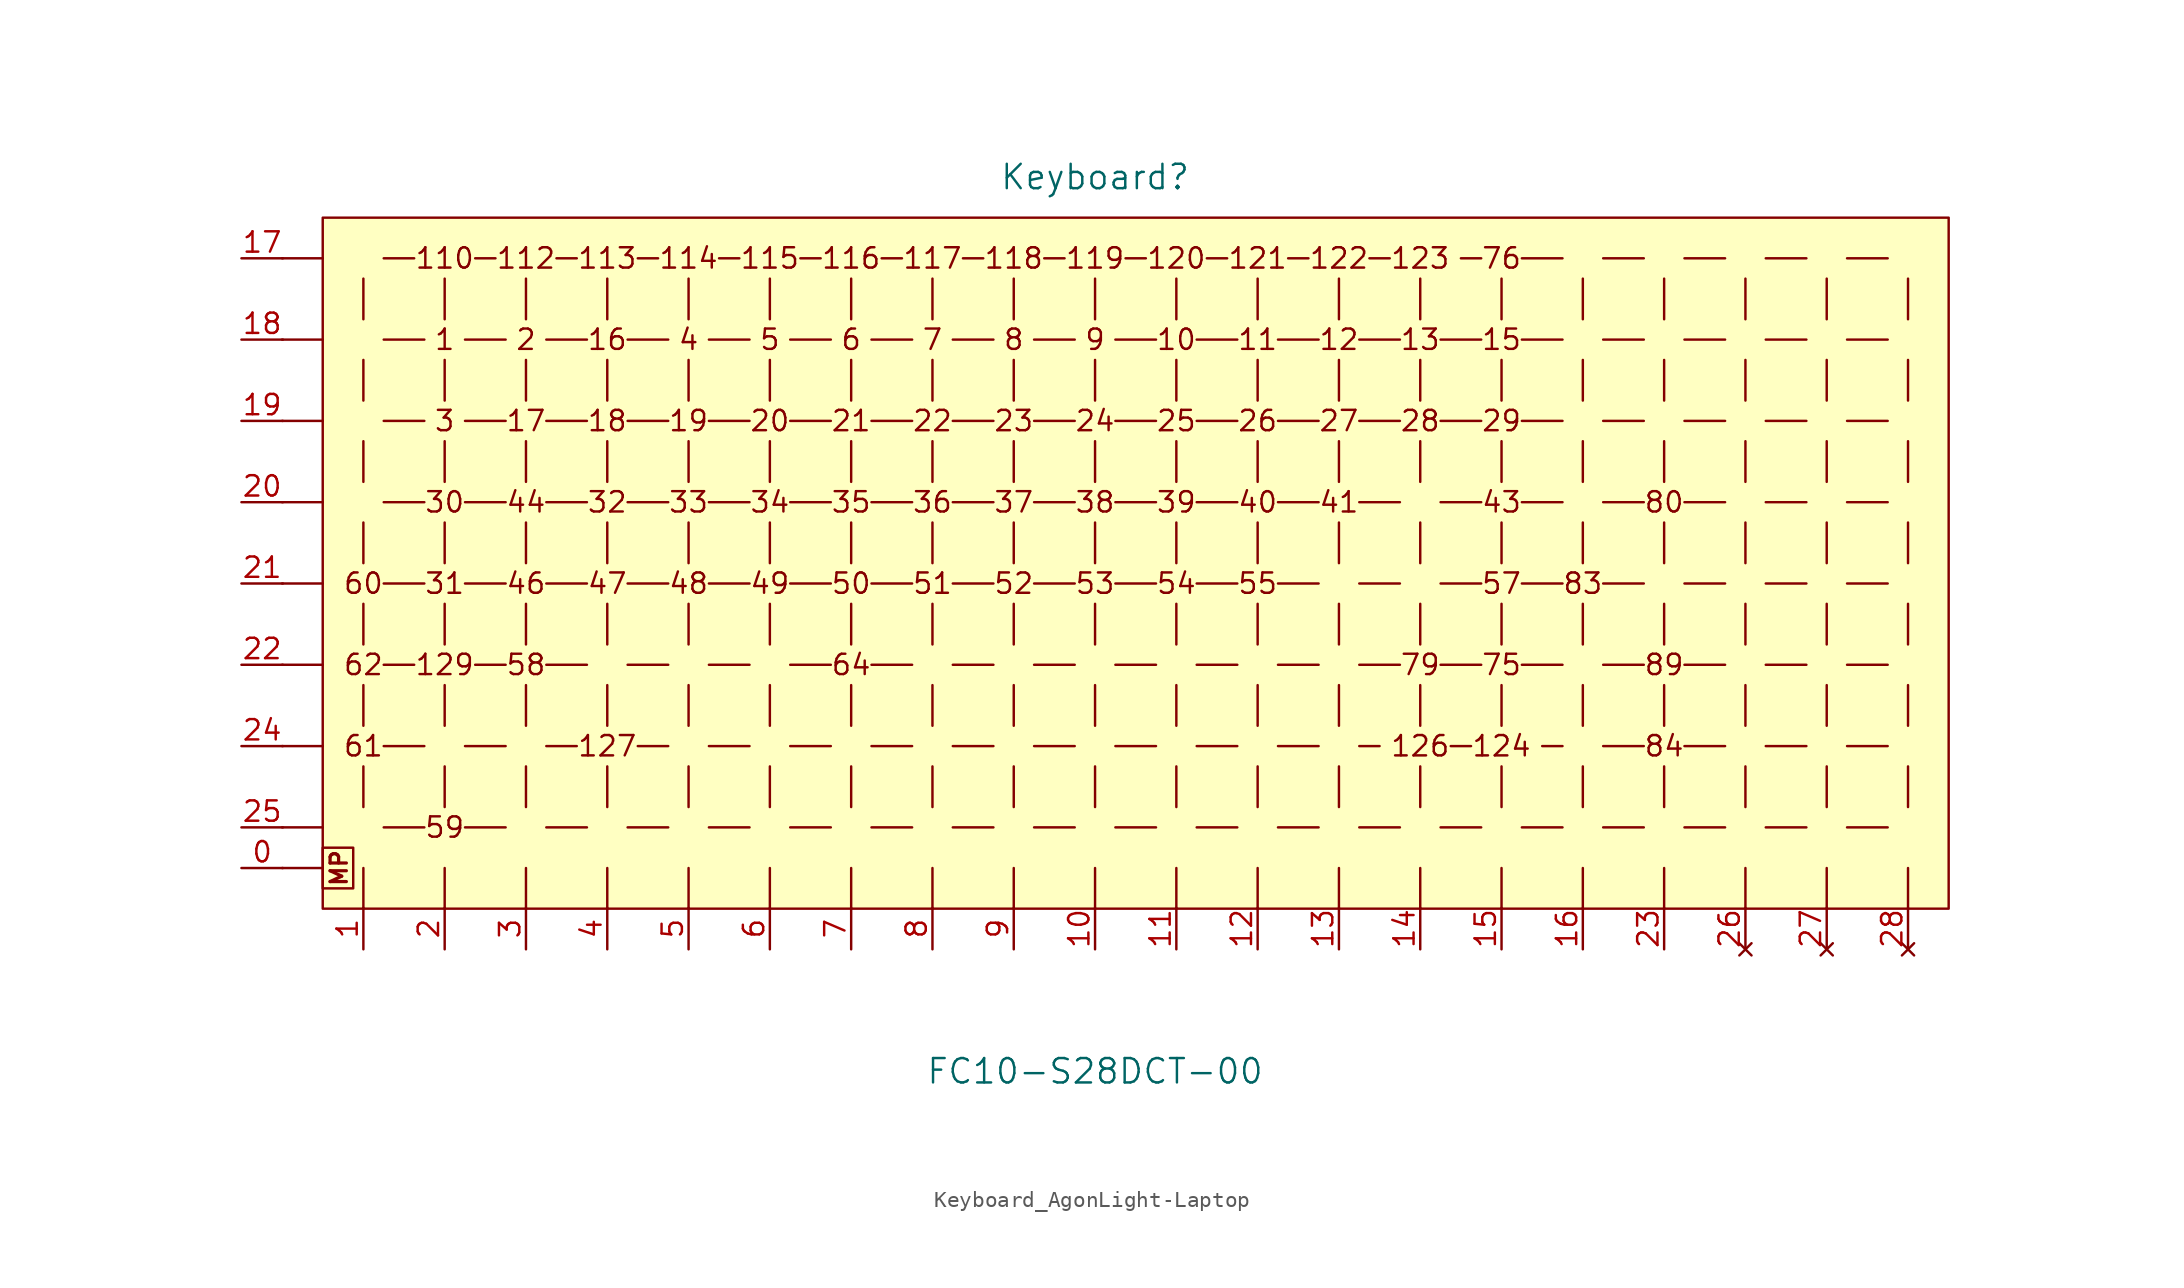
<source format=kicad_sym>
(kicad_symbol_lib
  (version 20220914)
  (generator kicad_symbol_editor)
  (symbol "Keyboard_AgonLight-Laptop"
    (pin_names
      (offset 1.016))
    (property "Reference" "Keyboard"
      (at 0 20.32 0)
      (effects (font (size 1.524 1.524))))
    (property "Value" "FC10-S28DCT-00"
      (at 0 -35.56 0)
      (effects (font (size 1.524 1.524))))
    (symbol "Keyboard_AgonLight-Laptop_1_1"
      (rectangle (start -48.26 -21.59) (end -46.355 -24.13) (stroke (width 0) (type default)) (fill (type none)))
      (rectangle (start -48.26 17.78) (end 53.34 -25.4) (stroke (width 0) (type default)) (fill (type background)))
      (polyline (pts (xy -50.8 -22.86) (xy -48.26 -22.86)) (stroke (width 0) (type default)) (fill (type none)))
      (polyline (pts (xy -50.8 -20.32) (xy -48.26 -20.32)) (stroke (width 0) (type default)) (fill (type none)))
      (polyline (pts (xy -50.8 -15.24) (xy -48.26 -15.24)) (stroke (width 0) (type default)) (fill (type none)))
      (polyline (pts (xy -50.8 -10.16) (xy -48.26 -10.16)) (stroke (width 0) (type default)) (fill (type none)))
      (polyline (pts (xy -50.8 -5.08) (xy -48.26 -5.08)) (stroke (width 0) (type default)) (fill (type none)))
      (polyline (pts (xy -50.8 0) (xy -48.26 0)) (stroke (width 0) (type default)) (fill (type none)))
      (polyline (pts (xy -50.8 5.08) (xy -48.26 5.08)) (stroke (width 0) (type default)) (fill (type none)))
      (polyline (pts (xy -50.8 10.16) (xy -48.26 10.16)) (stroke (width 0) (type default)) (fill (type none)))
      (polyline (pts (xy -50.8 15.24) (xy -48.26 15.24)) (stroke (width 0) (type default)) (fill (type none)))
      (polyline (pts (xy -45.72 -25.4) (xy -45.72 -22.86)) (stroke (width 0) (type default)) (fill (type none)))
      (polyline (pts (xy -45.72 -16.51) (xy -45.72 -19.05)) (stroke (width 0) (type default)) (fill (type none)))
      (polyline (pts (xy -45.72 -11.43) (xy -45.72 -13.97)) (stroke (width 0) (type default)) (fill (type none)))
      (polyline (pts (xy -45.72 -6.35) (xy -45.72 -8.89)) (stroke (width 0) (type default)) (fill (type none)))
      (polyline (pts (xy -45.72 -1.27) (xy -45.72 -3.81)) (stroke (width 0) (type default)) (fill (type none)))
      (polyline (pts (xy -45.72 3.81) (xy -45.72 1.27)) (stroke (width 0) (type default)) (fill (type none)))
      (polyline (pts (xy -45.72 8.89) (xy -45.72 6.35)) (stroke (width 0) (type default)) (fill (type none)))
      (polyline (pts (xy -45.72 13.97) (xy -45.72 11.43)) (stroke (width 0) (type default)) (fill (type none)))
      (polyline (pts (xy -42.545 -10.16) (xy -44.45 -10.16)) (stroke (width 0) (type default)) (fill (type none)))
      (polyline (pts (xy -42.545 15.24) (xy -44.45 15.24)) (stroke (width 0) (type default)) (fill (type none)))
      (polyline (pts (xy -41.91 -20.32) (xy -44.45 -20.32)) (stroke (width 0) (type default)) (fill (type none)))
      (polyline (pts (xy -41.91 -15.24) (xy -44.45 -15.24)) (stroke (width 0) (type default)) (fill (type none)))
      (polyline (pts (xy -41.91 -5.08) (xy -44.45 -5.08)) (stroke (width 0) (type default)) (fill (type none)))
      (polyline (pts (xy -41.91 0) (xy -44.45 0)) (stroke (width 0) (type default)) (fill (type none)))
      (polyline (pts (xy -41.91 5.08) (xy -44.45 5.08)) (stroke (width 0) (type default)) (fill (type none)))
      (polyline (pts (xy -41.91 10.16) (xy -44.45 10.16)) (stroke (width 0) (type default)) (fill (type none)))
      (polyline (pts (xy -40.64 -25.4) (xy -40.64 -22.86)) (stroke (width 0) (type default)) (fill (type none)))
      (polyline (pts (xy -40.64 -16.51) (xy -40.64 -19.05)) (stroke (width 0) (type default)) (fill (type none)))
      (polyline (pts (xy -40.64 -11.43) (xy -40.64 -13.97)) (stroke (width 0) (type default)) (fill (type none)))
      (polyline (pts (xy -40.64 -6.35) (xy -40.64 -8.89)) (stroke (width 0) (type default)) (fill (type none)))
      (polyline (pts (xy -40.64 -1.27) (xy -40.64 -3.81)) (stroke (width 0) (type default)) (fill (type none)))
      (polyline (pts (xy -40.64 3.81) (xy -40.64 1.27)) (stroke (width 0) (type default)) (fill (type none)))
      (polyline (pts (xy -40.64 8.89) (xy -40.64 6.35)) (stroke (width 0) (type default)) (fill (type none)))
      (polyline (pts (xy -40.64 13.97) (xy -40.64 11.43)) (stroke (width 0) (type default)) (fill (type none)))
      (polyline (pts (xy -37.465 15.24) (xy -38.735 15.24)) (stroke (width 0) (type default)) (fill (type none)))
      (polyline (pts (xy -36.83 -20.32) (xy -39.37 -20.32)) (stroke (width 0) (type default)) (fill (type none)))
      (polyline (pts (xy -36.83 -15.24) (xy -39.37 -15.24)) (stroke (width 0) (type default)) (fill (type none)))
      (polyline (pts (xy -36.83 -10.16) (xy -38.735 -10.16)) (stroke (width 0) (type default)) (fill (type none)))
      (polyline (pts (xy -36.83 -5.08) (xy -39.37 -5.08)) (stroke (width 0) (type default)) (fill (type none)))
      (polyline (pts (xy -36.83 0) (xy -39.37 0)) (stroke (width 0) (type default)) (fill (type none)))
      (polyline (pts (xy -36.83 5.08) (xy -39.37 5.08)) (stroke (width 0) (type default)) (fill (type none)))
      (polyline (pts (xy -36.83 10.16) (xy -39.37 10.16)) (stroke (width 0) (type default)) (fill (type none)))
      (polyline (pts (xy -35.56 -25.4) (xy -35.56 -22.86)) (stroke (width 0) (type default)) (fill (type none)))
      (polyline (pts (xy -35.56 -16.51) (xy -35.56 -19.05)) (stroke (width 0) (type default)) (fill (type none)))
      (polyline (pts (xy -35.56 -11.43) (xy -35.56 -13.97)) (stroke (width 0) (type default)) (fill (type none)))
      (polyline (pts (xy -35.56 -6.35) (xy -35.56 -8.89)) (stroke (width 0) (type default)) (fill (type none)))
      (polyline (pts (xy -35.56 -1.27) (xy -35.56 -3.81)) (stroke (width 0) (type default)) (fill (type none)))
      (polyline (pts (xy -35.56 3.81) (xy -35.56 1.27)) (stroke (width 0) (type default)) (fill (type none)))
      (polyline (pts (xy -35.56 8.89) (xy -35.56 6.35)) (stroke (width 0) (type default)) (fill (type none)))
      (polyline (pts (xy -35.56 13.97) (xy -35.56 11.43)) (stroke (width 0) (type default)) (fill (type none)))
      (polyline (pts (xy -32.385 -15.24) (xy -34.29 -15.24)) (stroke (width 0) (type default)) (fill (type none)))
      (polyline (pts (xy -32.385 15.24) (xy -33.655 15.24)) (stroke (width 0) (type default)) (fill (type none)))
      (polyline (pts (xy -31.75 -20.32) (xy -34.29 -20.32)) (stroke (width 0) (type default)) (fill (type none)))
      (polyline (pts (xy -31.75 -10.16) (xy -34.29 -10.16)) (stroke (width 0) (type default)) (fill (type none)))
      (polyline (pts (xy -31.75 -5.08) (xy -34.29 -5.08)) (stroke (width 0) (type default)) (fill (type none)))
      (polyline (pts (xy -31.75 0) (xy -34.29 0)) (stroke (width 0) (type default)) (fill (type none)))
      (polyline (pts (xy -31.75 5.08) (xy -34.29 5.08)) (stroke (width 0) (type default)) (fill (type none)))
      (polyline (pts (xy -31.75 10.16) (xy -34.29 10.16)) (stroke (width 0) (type default)) (fill (type none)))
      (polyline (pts (xy -30.48 -25.4) (xy -30.48 -22.86)) (stroke (width 0) (type default)) (fill (type none)))
      (polyline (pts (xy -30.48 -16.51) (xy -30.48 -19.05)) (stroke (width 0) (type default)) (fill (type none)))
      (polyline (pts (xy -30.48 -11.43) (xy -30.48 -13.97)) (stroke (width 0) (type default)) (fill (type none)))
      (polyline (pts (xy -30.48 -6.35) (xy -30.48 -8.89)) (stroke (width 0) (type default)) (fill (type none)))
      (polyline (pts (xy -30.48 -1.27) (xy -30.48 -3.81)) (stroke (width 0) (type default)) (fill (type none)))
      (polyline (pts (xy -30.48 3.81) (xy -30.48 1.27)) (stroke (width 0) (type default)) (fill (type none)))
      (polyline (pts (xy -30.48 8.89) (xy -30.48 6.35)) (stroke (width 0) (type default)) (fill (type none)))
      (polyline (pts (xy -30.48 13.97) (xy -30.48 11.43)) (stroke (width 0) (type default)) (fill (type none)))
      (polyline (pts (xy -27.305 15.24) (xy -28.575 15.24)) (stroke (width 0) (type default)) (fill (type none)))
      (polyline (pts (xy -26.67 -20.32) (xy -29.21 -20.32)) (stroke (width 0) (type default)) (fill (type none)))
      (polyline (pts (xy -26.67 -15.24) (xy -28.575 -15.24)) (stroke (width 0) (type default)) (fill (type none)))
      (polyline (pts (xy -26.67 -10.16) (xy -29.21 -10.16)) (stroke (width 0) (type default)) (fill (type none)))
      (polyline (pts (xy -26.67 -5.08) (xy -29.21 -5.08)) (stroke (width 0) (type default)) (fill (type none)))
      (polyline (pts (xy -26.67 0) (xy -29.21 0)) (stroke (width 0) (type default)) (fill (type none)))
      (polyline (pts (xy -26.67 5.08) (xy -29.21 5.08)) (stroke (width 0) (type default)) (fill (type none)))
      (polyline (pts (xy -26.67 10.16) (xy -29.21 10.16)) (stroke (width 0) (type default)) (fill (type none)))
      (polyline (pts (xy -25.4 -25.4) (xy -25.4 -22.86)) (stroke (width 0) (type default)) (fill (type none)))
      (polyline (pts (xy -25.4 -16.51) (xy -25.4 -19.05)) (stroke (width 0) (type default)) (fill (type none)))
      (polyline (pts (xy -25.4 -11.43) (xy -25.4 -13.97)) (stroke (width 0) (type default)) (fill (type none)))
      (polyline (pts (xy -25.4 -6.35) (xy -25.4 -8.89)) (stroke (width 0) (type default)) (fill (type none)))
      (polyline (pts (xy -25.4 -1.27) (xy -25.4 -3.81)) (stroke (width 0) (type default)) (fill (type none)))
      (polyline (pts (xy -25.4 3.81) (xy -25.4 1.27)) (stroke (width 0) (type default)) (fill (type none)))
      (polyline (pts (xy -25.4 8.89) (xy -25.4 6.35)) (stroke (width 0) (type default)) (fill (type none)))
      (polyline (pts (xy -25.4 13.97) (xy -25.4 11.43)) (stroke (width 0) (type default)) (fill (type none)))
      (polyline (pts (xy -22.225 15.24) (xy -23.495 15.24)) (stroke (width 0) (type default)) (fill (type none)))
      (polyline (pts (xy -21.59 -20.32) (xy -24.13 -20.32)) (stroke (width 0) (type default)) (fill (type none)))
      (polyline (pts (xy -21.59 -15.24) (xy -24.13 -15.24)) (stroke (width 0) (type default)) (fill (type none)))
      (polyline (pts (xy -21.59 -10.16) (xy -24.13 -10.16)) (stroke (width 0) (type default)) (fill (type none)))
      (polyline (pts (xy -21.59 -5.08) (xy -24.13 -5.08)) (stroke (width 0) (type default)) (fill (type none)))
      (polyline (pts (xy -21.59 0) (xy -24.13 0)) (stroke (width 0) (type default)) (fill (type none)))
      (polyline (pts (xy -21.59 5.08) (xy -24.13 5.08)) (stroke (width 0) (type default)) (fill (type none)))
      (polyline (pts (xy -21.59 10.16) (xy -24.13 10.16)) (stroke (width 0) (type default)) (fill (type none)))
      (polyline (pts (xy -20.32 -25.4) (xy -20.32 -22.86)) (stroke (width 0) (type default)) (fill (type none)))
      (polyline (pts (xy -20.32 -16.51) (xy -20.32 -19.05)) (stroke (width 0) (type default)) (fill (type none)))
      (polyline (pts (xy -20.32 -11.43) (xy -20.32 -13.97)) (stroke (width 0) (type default)) (fill (type none)))
      (polyline (pts (xy -20.32 -6.35) (xy -20.32 -8.89)) (stroke (width 0) (type default)) (fill (type none)))
      (polyline (pts (xy -20.32 -1.27) (xy -20.32 -3.81)) (stroke (width 0) (type default)) (fill (type none)))
      (polyline (pts (xy -20.32 3.81) (xy -20.32 1.27)) (stroke (width 0) (type default)) (fill (type none)))
      (polyline (pts (xy -20.32 8.89) (xy -20.32 6.35)) (stroke (width 0) (type default)) (fill (type none)))
      (polyline (pts (xy -20.32 13.97) (xy -20.32 11.43)) (stroke (width 0) (type default)) (fill (type none)))
      (polyline (pts (xy -17.145 15.24) (xy -18.415 15.24)) (stroke (width 0) (type default)) (fill (type none)))
      (polyline (pts (xy -16.51 -20.32) (xy -19.05 -20.32)) (stroke (width 0) (type default)) (fill (type none)))
      (polyline (pts (xy -16.51 -15.24) (xy -19.05 -15.24)) (stroke (width 0) (type default)) (fill (type none)))
      (polyline (pts (xy -16.51 -10.16) (xy -19.05 -10.16)) (stroke (width 0) (type default)) (fill (type none)))
      (polyline (pts (xy -16.51 -5.08) (xy -19.05 -5.08)) (stroke (width 0) (type default)) (fill (type none)))
      (polyline (pts (xy -16.51 0) (xy -19.05 0)) (stroke (width 0) (type default)) (fill (type none)))
      (polyline (pts (xy -16.51 5.08) (xy -19.05 5.08)) (stroke (width 0) (type default)) (fill (type none)))
      (polyline (pts (xy -16.51 10.16) (xy -19.05 10.16)) (stroke (width 0) (type default)) (fill (type none)))
      (polyline (pts (xy -15.24 -25.4) (xy -15.24 -22.86)) (stroke (width 0) (type default)) (fill (type none)))
      (polyline (pts (xy -15.24 -16.51) (xy -15.24 -19.05)) (stroke (width 0) (type default)) (fill (type none)))
      (polyline (pts (xy -15.24 -11.43) (xy -15.24 -13.97)) (stroke (width 0) (type default)) (fill (type none)))
      (polyline (pts (xy -15.24 -6.35) (xy -15.24 -8.89)) (stroke (width 0) (type default)) (fill (type none)))
      (polyline (pts (xy -15.24 -1.27) (xy -15.24 -3.81)) (stroke (width 0) (type default)) (fill (type none)))
      (polyline (pts (xy -15.24 3.81) (xy -15.24 1.27)) (stroke (width 0) (type default)) (fill (type none)))
      (polyline (pts (xy -15.24 8.89) (xy -15.24 6.35)) (stroke (width 0) (type default)) (fill (type none)))
      (polyline (pts (xy -15.24 13.97) (xy -15.24 11.43)) (stroke (width 0) (type default)) (fill (type none)))
      (polyline (pts (xy -12.065 15.24) (xy -13.335 15.24)) (stroke (width 0) (type default)) (fill (type none)))
      (polyline (pts (xy -11.43 -20.32) (xy -13.97 -20.32)) (stroke (width 0) (type default)) (fill (type none)))
      (polyline (pts (xy -11.43 -15.24) (xy -13.97 -15.24)) (stroke (width 0) (type default)) (fill (type none)))
      (polyline (pts (xy -11.43 -10.16) (xy -13.97 -10.16)) (stroke (width 0) (type default)) (fill (type none)))
      (polyline (pts (xy -11.43 -5.08) (xy -13.97 -5.08)) (stroke (width 0) (type default)) (fill (type none)))
      (polyline (pts (xy -11.43 0) (xy -13.97 0)) (stroke (width 0) (type default)) (fill (type none)))
      (polyline (pts (xy -11.43 5.08) (xy -13.97 5.08)) (stroke (width 0) (type default)) (fill (type none)))
      (polyline (pts (xy -11.43 10.16) (xy -13.97 10.16)) (stroke (width 0) (type default)) (fill (type none)))
      (polyline (pts (xy -10.16 -25.4) (xy -10.16 -22.86)) (stroke (width 0) (type default)) (fill (type none)))
      (polyline (pts (xy -10.16 -16.51) (xy -10.16 -19.05)) (stroke (width 0) (type default)) (fill (type none)))
      (polyline (pts (xy -10.16 -11.43) (xy -10.16 -13.97)) (stroke (width 0) (type default)) (fill (type none)))
      (polyline (pts (xy -10.16 -6.35) (xy -10.16 -8.89)) (stroke (width 0) (type default)) (fill (type none)))
      (polyline (pts (xy -10.16 -1.27) (xy -10.16 -3.81)) (stroke (width 0) (type default)) (fill (type none)))
      (polyline (pts (xy -10.16 3.81) (xy -10.16 1.27)) (stroke (width 0) (type default)) (fill (type none)))
      (polyline (pts (xy -10.16 8.89) (xy -10.16 6.35)) (stroke (width 0) (type default)) (fill (type none)))
      (polyline (pts (xy -10.16 13.97) (xy -10.16 11.43)) (stroke (width 0) (type default)) (fill (type none)))
      (polyline (pts (xy -6.985 15.24) (xy -8.255 15.24)) (stroke (width 0) (type default)) (fill (type none)))
      (polyline (pts (xy -6.35 -20.32) (xy -8.89 -20.32)) (stroke (width 0) (type default)) (fill (type none)))
      (polyline (pts (xy -6.35 -15.24) (xy -8.89 -15.24)) (stroke (width 0) (type default)) (fill (type none)))
      (polyline (pts (xy -6.35 -10.16) (xy -8.89 -10.16)) (stroke (width 0) (type default)) (fill (type none)))
      (polyline (pts (xy -6.35 -5.08) (xy -8.89 -5.08)) (stroke (width 0) (type default)) (fill (type none)))
      (polyline (pts (xy -6.35 0) (xy -8.89 0)) (stroke (width 0) (type default)) (fill (type none)))
      (polyline (pts (xy -6.35 5.08) (xy -8.89 5.08)) (stroke (width 0) (type default)) (fill (type none)))
      (polyline (pts (xy -6.35 10.16) (xy -8.89 10.16)) (stroke (width 0) (type default)) (fill (type none)))
      (polyline (pts (xy -5.08 -25.4) (xy -5.08 -22.86)) (stroke (width 0) (type default)) (fill (type none)))
      (polyline (pts (xy -5.08 -16.51) (xy -5.08 -19.05)) (stroke (width 0) (type default)) (fill (type none)))
      (polyline (pts (xy -5.08 -11.43) (xy -5.08 -13.97)) (stroke (width 0) (type default)) (fill (type none)))
      (polyline (pts (xy -5.08 -6.35) (xy -5.08 -8.89)) (stroke (width 0) (type default)) (fill (type none)))
      (polyline (pts (xy -5.08 -1.27) (xy -5.08 -3.81)) (stroke (width 0) (type default)) (fill (type none)))
      (polyline (pts (xy -5.08 3.81) (xy -5.08 1.27)) (stroke (width 0) (type default)) (fill (type none)))
      (polyline (pts (xy -5.08 8.89) (xy -5.08 6.35)) (stroke (width 0) (type default)) (fill (type none)))
      (polyline (pts (xy -5.08 13.97) (xy -5.08 11.43)) (stroke (width 0) (type default)) (fill (type none)))
      (polyline (pts (xy -1.905 15.24) (xy -3.175 15.24)) (stroke (width 0) (type default)) (fill (type none)))
      (polyline (pts (xy -1.27 -20.32) (xy -3.81 -20.32)) (stroke (width 0) (type default)) (fill (type none)))
      (polyline (pts (xy -1.27 -15.24) (xy -3.81 -15.24)) (stroke (width 0) (type default)) (fill (type none)))
      (polyline (pts (xy -1.27 -10.16) (xy -3.81 -10.16)) (stroke (width 0) (type default)) (fill (type none)))
      (polyline (pts (xy -1.27 -5.08) (xy -3.81 -5.08)) (stroke (width 0) (type default)) (fill (type none)))
      (polyline (pts (xy -1.27 0) (xy -3.81 0)) (stroke (width 0) (type default)) (fill (type none)))
      (polyline (pts (xy -1.27 5.08) (xy -3.81 5.08)) (stroke (width 0) (type default)) (fill (type none)))
      (polyline (pts (xy -1.27 10.16) (xy -3.81 10.16)) (stroke (width 0) (type default)) (fill (type none)))
      (polyline (pts (xy 0 -25.4) (xy 0 -22.86)) (stroke (width 0) (type default)) (fill (type none)))
      (polyline (pts (xy 0 -16.51) (xy 0 -19.05)) (stroke (width 0) (type default)) (fill (type none)))
      (polyline (pts (xy 0 -11.43) (xy 0 -13.97)) (stroke (width 0) (type default)) (fill (type none)))
      (polyline (pts (xy 0 -6.35) (xy 0 -8.89)) (stroke (width 0) (type default)) (fill (type none)))
      (polyline (pts (xy 0 -1.27) (xy 0 -3.81)) (stroke (width 0) (type default)) (fill (type none)))
      (polyline (pts (xy 0 3.81) (xy 0 1.27)) (stroke (width 0) (type default)) (fill (type none)))
      (polyline (pts (xy 0 8.89) (xy 0 6.35)) (stroke (width 0) (type default)) (fill (type none)))
      (polyline (pts (xy 0 13.97) (xy 0 11.43)) (stroke (width 0) (type default)) (fill (type none)))
      (polyline (pts (xy 3.175 15.24) (xy 1.905 15.24)) (stroke (width 0) (type default)) (fill (type none)))
      (polyline (pts (xy 3.81 -20.32) (xy 1.27 -20.32)) (stroke (width 0) (type default)) (fill (type none)))
      (polyline (pts (xy 3.81 -15.24) (xy 1.27 -15.24)) (stroke (width 0) (type default)) (fill (type none)))
      (polyline (pts (xy 3.81 -10.16) (xy 1.27 -10.16)) (stroke (width 0) (type default)) (fill (type none)))
      (polyline (pts (xy 3.81 -5.08) (xy 1.27 -5.08)) (stroke (width 0) (type default)) (fill (type none)))
      (polyline (pts (xy 3.81 0) (xy 1.27 0)) (stroke (width 0) (type default)) (fill (type none)))
      (polyline (pts (xy 3.81 5.08) (xy 1.27 5.08)) (stroke (width 0) (type default)) (fill (type none)))
      (polyline (pts (xy 3.81 10.16) (xy 1.27 10.16)) (stroke (width 0) (type default)) (fill (type none)))
      (polyline (pts (xy 5.08 -25.4) (xy 5.08 -22.86)) (stroke (width 0) (type default)) (fill (type none)))
      (polyline (pts (xy 5.08 -16.51) (xy 5.08 -19.05)) (stroke (width 0) (type default)) (fill (type none)))
      (polyline (pts (xy 5.08 -11.43) (xy 5.08 -13.97)) (stroke (width 0) (type default)) (fill (type none)))
      (polyline (pts (xy 5.08 -6.35) (xy 5.08 -8.89)) (stroke (width 0) (type default)) (fill (type none)))
      (polyline (pts (xy 5.08 -1.27) (xy 5.08 -3.81)) (stroke (width 0) (type default)) (fill (type none)))
      (polyline (pts (xy 5.08 3.81) (xy 5.08 1.27)) (stroke (width 0) (type default)) (fill (type none)))
      (polyline (pts (xy 5.08 8.89) (xy 5.08 6.35)) (stroke (width 0) (type default)) (fill (type none)))
      (polyline (pts (xy 5.08 13.97) (xy 5.08 11.43)) (stroke (width 0) (type default)) (fill (type none)))
      (polyline (pts (xy 8.255 15.24) (xy 6.985 15.24)) (stroke (width 0) (type default)) (fill (type none)))
      (polyline (pts (xy 8.89 -20.32) (xy 6.35 -20.32)) (stroke (width 0) (type default)) (fill (type none)))
      (polyline (pts (xy 8.89 -15.24) (xy 6.35 -15.24)) (stroke (width 0) (type default)) (fill (type none)))
      (polyline (pts (xy 8.89 -10.16) (xy 6.35 -10.16)) (stroke (width 0) (type default)) (fill (type none)))
      (polyline (pts (xy 8.89 -5.08) (xy 6.35 -5.08)) (stroke (width 0) (type default)) (fill (type none)))
      (polyline (pts (xy 8.89 0) (xy 6.35 0)) (stroke (width 0) (type default)) (fill (type none)))
      (polyline (pts (xy 8.89 5.08) (xy 6.35 5.08)) (stroke (width 0) (type default)) (fill (type none)))
      (polyline (pts (xy 8.89 10.16) (xy 6.35 10.16)) (stroke (width 0) (type default)) (fill (type none)))
      (polyline (pts (xy 10.16 -25.4) (xy 10.16 -22.86)) (stroke (width 0) (type default)) (fill (type none)))
      (polyline (pts (xy 10.16 -16.51) (xy 10.16 -19.05)) (stroke (width 0) (type default)) (fill (type none)))
      (polyline (pts (xy 10.16 -11.43) (xy 10.16 -13.97)) (stroke (width 0) (type default)) (fill (type none)))
      (polyline (pts (xy 10.16 -6.35) (xy 10.16 -8.89)) (stroke (width 0) (type default)) (fill (type none)))
      (polyline (pts (xy 10.16 -1.27) (xy 10.16 -3.81)) (stroke (width 0) (type default)) (fill (type none)))
      (polyline (pts (xy 10.16 3.81) (xy 10.16 1.27)) (stroke (width 0) (type default)) (fill (type none)))
      (polyline (pts (xy 10.16 8.89) (xy 10.16 6.35)) (stroke (width 0) (type default)) (fill (type none)))
      (polyline (pts (xy 10.16 13.97) (xy 10.16 11.43)) (stroke (width 0) (type default)) (fill (type none)))
      (polyline (pts (xy 13.335 15.24) (xy 12.065 15.24)) (stroke (width 0) (type default)) (fill (type none)))
      (polyline (pts (xy 13.97 -20.32) (xy 11.43 -20.32)) (stroke (width 0) (type default)) (fill (type none)))
      (polyline (pts (xy 13.97 -15.24) (xy 11.43 -15.24)) (stroke (width 0) (type default)) (fill (type none)))
      (polyline (pts (xy 13.97 -10.16) (xy 11.43 -10.16)) (stroke (width 0) (type default)) (fill (type none)))
      (polyline (pts (xy 13.97 -5.08) (xy 11.43 -5.08)) (stroke (width 0) (type default)) (fill (type none)))
      (polyline (pts (xy 13.97 0) (xy 11.43 0)) (stroke (width 0) (type default)) (fill (type none)))
      (polyline (pts (xy 13.97 5.08) (xy 11.43 5.08)) (stroke (width 0) (type default)) (fill (type none)))
      (polyline (pts (xy 13.97 10.16) (xy 11.43 10.16)) (stroke (width 0) (type default)) (fill (type none)))
      (polyline (pts (xy 15.24 -25.4) (xy 15.24 -22.86)) (stroke (width 0) (type default)) (fill (type none)))
      (polyline (pts (xy 15.24 -16.51) (xy 15.24 -19.05)) (stroke (width 0) (type default)) (fill (type none)))
      (polyline (pts (xy 15.24 -11.43) (xy 15.24 -13.97)) (stroke (width 0) (type default)) (fill (type none)))
      (polyline (pts (xy 15.24 -6.35) (xy 15.24 -8.89)) (stroke (width 0) (type default)) (fill (type none)))
      (polyline (pts (xy 15.24 -1.27) (xy 15.24 -3.81)) (stroke (width 0) (type default)) (fill (type none)))
      (polyline (pts (xy 15.24 3.81) (xy 15.24 1.27)) (stroke (width 0) (type default)) (fill (type none)))
      (polyline (pts (xy 15.24 8.89) (xy 15.24 6.35)) (stroke (width 0) (type default)) (fill (type none)))
      (polyline (pts (xy 15.24 13.97) (xy 15.24 11.43)) (stroke (width 0) (type default)) (fill (type none)))
      (polyline (pts (xy 17.78 -15.24) (xy 16.51 -15.24)) (stroke (width 0) (type default)) (fill (type none)))
      (polyline (pts (xy 18.415 15.24) (xy 17.145 15.24)) (stroke (width 0) (type default)) (fill (type none)))
      (polyline (pts (xy 19.05 -20.32) (xy 16.51 -20.32)) (stroke (width 0) (type default)) (fill (type none)))
      (polyline (pts (xy 19.05 -10.16) (xy 16.51 -10.16)) (stroke (width 0) (type default)) (fill (type none)))
      (polyline (pts (xy 19.05 -5.08) (xy 16.51 -5.08)) (stroke (width 0) (type default)) (fill (type none)))
      (polyline (pts (xy 19.05 0) (xy 16.51 0)) (stroke (width 0) (type default)) (fill (type none)))
      (polyline (pts (xy 19.05 5.08) (xy 16.51 5.08)) (stroke (width 0) (type default)) (fill (type none)))
      (polyline (pts (xy 19.05 10.16) (xy 16.51 10.16)) (stroke (width 0) (type default)) (fill (type none)))
      (polyline (pts (xy 20.32 -25.4) (xy 20.32 -22.86)) (stroke (width 0) (type default)) (fill (type none)))
      (polyline (pts (xy 20.32 -16.51) (xy 20.32 -19.05)) (stroke (width 0) (type default)) (fill (type none)))
      (polyline (pts (xy 20.32 -11.43) (xy 20.32 -13.97)) (stroke (width 0) (type default)) (fill (type none)))
      (polyline (pts (xy 20.32 -6.35) (xy 20.32 -8.89)) (stroke (width 0) (type default)) (fill (type none)))
      (polyline (pts (xy 20.32 -1.27) (xy 20.32 -3.81)) (stroke (width 0) (type default)) (fill (type none)))
      (polyline (pts (xy 20.32 3.81) (xy 20.32 1.27)) (stroke (width 0) (type default)) (fill (type none)))
      (polyline (pts (xy 20.32 8.89) (xy 20.32 6.35)) (stroke (width 0) (type default)) (fill (type none)))
      (polyline (pts (xy 20.32 13.97) (xy 20.32 11.43)) (stroke (width 0) (type default)) (fill (type none)))
      (polyline (pts (xy 23.495 -15.24) (xy 22.225 -15.24)) (stroke (width 0) (type default)) (fill (type none)))
      (polyline (pts (xy 24.13 -20.32) (xy 21.59 -20.32)) (stroke (width 0) (type default)) (fill (type none)))
      (polyline (pts (xy 24.13 -10.16) (xy 21.59 -10.16)) (stroke (width 0) (type default)) (fill (type none)))
      (polyline (pts (xy 24.13 -5.08) (xy 21.59 -5.08)) (stroke (width 0) (type default)) (fill (type none)))
      (polyline (pts (xy 24.13 0) (xy 21.59 0)) (stroke (width 0) (type default)) (fill (type none)))
      (polyline (pts (xy 24.13 5.08) (xy 21.59 5.08)) (stroke (width 0) (type default)) (fill (type none)))
      (polyline (pts (xy 24.13 10.16) (xy 21.59 10.16)) (stroke (width 0) (type default)) (fill (type none)))
      (polyline (pts (xy 24.13 15.24) (xy 22.86 15.24)) (stroke (width 0) (type default)) (fill (type none)))
      (polyline (pts (xy 25.4 -25.4) (xy 25.4 -22.86)) (stroke (width 0) (type default)) (fill (type none)))
      (polyline (pts (xy 25.4 -16.51) (xy 25.4 -19.05)) (stroke (width 0) (type default)) (fill (type none)))
      (polyline (pts (xy 25.4 -11.43) (xy 25.4 -13.97)) (stroke (width 0) (type default)) (fill (type none)))
      (polyline (pts (xy 25.4 -6.35) (xy 25.4 -8.89)) (stroke (width 0) (type default)) (fill (type none)))
      (polyline (pts (xy 25.4 -1.27) (xy 25.4 -3.81)) (stroke (width 0) (type default)) (fill (type none)))
      (polyline (pts (xy 25.4 3.81) (xy 25.4 1.27)) (stroke (width 0) (type default)) (fill (type none)))
      (polyline (pts (xy 25.4 8.89) (xy 25.4 6.35)) (stroke (width 0) (type default)) (fill (type none)))
      (polyline (pts (xy 25.4 13.97) (xy 25.4 11.43)) (stroke (width 0) (type default)) (fill (type none)))
      (polyline (pts (xy 29.21 -20.32) (xy 26.67 -20.32)) (stroke (width 0) (type default)) (fill (type none)))
      (polyline (pts (xy 29.21 -15.24) (xy 27.94 -15.24)) (stroke (width 0) (type default)) (fill (type none)))
      (polyline (pts (xy 29.21 -10.16) (xy 26.67 -10.16)) (stroke (width 0) (type default)) (fill (type none)))
      (polyline (pts (xy 29.21 -5.08) (xy 26.67 -5.08)) (stroke (width 0) (type default)) (fill (type none)))
      (polyline (pts (xy 29.21 0) (xy 26.67 0)) (stroke (width 0) (type default)) (fill (type none)))
      (polyline (pts (xy 29.21 5.08) (xy 26.67 5.08)) (stroke (width 0) (type default)) (fill (type none)))
      (polyline (pts (xy 29.21 10.16) (xy 26.67 10.16)) (stroke (width 0) (type default)) (fill (type none)))
      (polyline (pts (xy 29.21 15.24) (xy 26.67 15.24)) (stroke (width 0) (type default)) (fill (type none)))
      (polyline (pts (xy 30.48 -25.4) (xy 30.48 -22.86)) (stroke (width 0) (type default)) (fill (type none)))
      (polyline (pts (xy 30.48 -19.05) (xy 30.48 -16.51)) (stroke (width 0) (type default)) (fill (type none)))
      (polyline (pts (xy 30.48 -13.97) (xy 30.48 -11.43)) (stroke (width 0) (type default)) (fill (type none)))
      (polyline (pts (xy 30.48 -8.89) (xy 30.48 -6.35)) (stroke (width 0) (type default)) (fill (type none)))
      (polyline (pts (xy 30.48 -3.81) (xy 30.48 -1.27)) (stroke (width 0) (type default)) (fill (type none)))
      (polyline (pts (xy 30.48 1.27) (xy 30.48 3.81)) (stroke (width 0) (type default)) (fill (type none)))
      (polyline (pts (xy 30.48 6.35) (xy 30.48 8.89)) (stroke (width 0) (type default)) (fill (type none)))
      (polyline (pts (xy 30.48 11.43) (xy 30.48 13.97)) (stroke (width 0) (type default)) (fill (type none)))
      (polyline (pts (xy 31.75 -20.32) (xy 34.29 -20.32)) (stroke (width 0) (type default)) (fill (type none)))
      (polyline (pts (xy 31.75 -15.24) (xy 34.29 -15.24)) (stroke (width 0) (type default)) (fill (type none)))
      (polyline (pts (xy 31.75 -10.16) (xy 34.29 -10.16)) (stroke (width 0) (type default)) (fill (type none)))
      (polyline (pts (xy 31.75 -5.08) (xy 34.29 -5.08)) (stroke (width 0) (type default)) (fill (type none)))
      (polyline (pts (xy 31.75 0) (xy 34.29 0)) (stroke (width 0) (type default)) (fill (type none)))
      (polyline (pts (xy 31.75 5.08) (xy 34.29 5.08)) (stroke (width 0) (type default)) (fill (type none)))
      (polyline (pts (xy 31.75 10.16) (xy 34.29 10.16)) (stroke (width 0) (type default)) (fill (type none)))
      (polyline (pts (xy 31.75 15.24) (xy 34.29 15.24)) (stroke (width 0) (type default)) (fill (type none)))
      (polyline (pts (xy 35.56 -25.4) (xy 35.56 -22.86)) (stroke (width 0) (type default)) (fill (type none)))
      (polyline (pts (xy 35.56 -19.05) (xy 35.56 -16.51)) (stroke (width 0) (type default)) (fill (type none)))
      (polyline (pts (xy 35.56 -13.97) (xy 35.56 -11.43)) (stroke (width 0) (type default)) (fill (type none)))
      (polyline (pts (xy 35.56 -8.89) (xy 35.56 -6.35)) (stroke (width 0) (type default)) (fill (type none)))
      (polyline (pts (xy 35.56 -3.81) (xy 35.56 -1.27)) (stroke (width 0) (type default)) (fill (type none)))
      (polyline (pts (xy 35.56 1.27) (xy 35.56 3.81)) (stroke (width 0) (type default)) (fill (type none)))
      (polyline (pts (xy 35.56 6.35) (xy 35.56 8.89)) (stroke (width 0) (type default)) (fill (type none)))
      (polyline (pts (xy 35.56 11.43) (xy 35.56 13.97)) (stroke (width 0) (type default)) (fill (type none)))
      (polyline (pts (xy 36.83 -20.32) (xy 39.37 -20.32)) (stroke (width 0) (type default)) (fill (type none)))
      (polyline (pts (xy 36.83 -15.24) (xy 39.37 -15.24)) (stroke (width 0) (type default)) (fill (type none)))
      (polyline (pts (xy 36.83 -10.16) (xy 39.37 -10.16)) (stroke (width 0) (type default)) (fill (type none)))
      (polyline (pts (xy 36.83 -5.08) (xy 39.37 -5.08)) (stroke (width 0) (type default)) (fill (type none)))
      (polyline (pts (xy 36.83 0) (xy 39.37 0)) (stroke (width 0) (type default)) (fill (type none)))
      (polyline (pts (xy 36.83 5.08) (xy 39.37 5.08)) (stroke (width 0) (type default)) (fill (type none)))
      (polyline (pts (xy 36.83 10.16) (xy 39.37 10.16)) (stroke (width 0) (type default)) (fill (type none)))
      (polyline (pts (xy 36.83 15.24) (xy 39.37 15.24)) (stroke (width 0) (type default)) (fill (type none)))
      (polyline (pts (xy 40.64 -25.4) (xy 40.64 -22.86)) (stroke (width 0) (type default)) (fill (type none)))
      (polyline (pts (xy 40.64 -19.05) (xy 40.64 -16.51)) (stroke (width 0) (type default)) (fill (type none)))
      (polyline (pts (xy 40.64 -13.97) (xy 40.64 -11.43)) (stroke (width 0) (type default)) (fill (type none)))
      (polyline (pts (xy 40.64 -8.89) (xy 40.64 -6.35)) (stroke (width 0) (type default)) (fill (type none)))
      (polyline (pts (xy 40.64 -3.81) (xy 40.64 -1.27)) (stroke (width 0) (type default)) (fill (type none)))
      (polyline (pts (xy 40.64 1.27) (xy 40.64 3.81)) (stroke (width 0) (type default)) (fill (type none)))
      (polyline (pts (xy 40.64 6.35) (xy 40.64 8.89)) (stroke (width 0) (type default)) (fill (type none)))
      (polyline (pts (xy 40.64 11.43) (xy 40.64 13.97)) (stroke (width 0) (type default)) (fill (type none)))
      (polyline (pts (xy 41.91 -20.32) (xy 44.45 -20.32)) (stroke (width 0) (type default)) (fill (type none)))
      (polyline (pts (xy 41.91 -15.24) (xy 44.45 -15.24)) (stroke (width 0) (type default)) (fill (type none)))
      (polyline (pts (xy 41.91 -10.16) (xy 44.45 -10.16)) (stroke (width 0) (type default)) (fill (type none)))
      (polyline (pts (xy 41.91 -5.08) (xy 44.45 -5.08)) (stroke (width 0) (type default)) (fill (type none)))
      (polyline (pts (xy 41.91 0) (xy 44.45 0)) (stroke (width 0) (type default)) (fill (type none)))
      (polyline (pts (xy 41.91 5.08) (xy 44.45 5.08)) (stroke (width 0) (type default)) (fill (type none)))
      (polyline (pts (xy 41.91 10.16) (xy 44.45 10.16)) (stroke (width 0) (type default)) (fill (type none)))
      (polyline (pts (xy 41.91 15.24) (xy 44.45 15.24)) (stroke (width 0) (type default)) (fill (type none)))
      (polyline (pts (xy 45.72 -25.4) (xy 45.72 -22.86)) (stroke (width 0) (type default)) (fill (type none)))
      (polyline (pts (xy 45.72 -19.05) (xy 45.72 -16.51)) (stroke (width 0) (type default)) (fill (type none)))
      (polyline (pts (xy 45.72 -13.97) (xy 45.72 -11.43)) (stroke (width 0) (type default)) (fill (type none)))
      (polyline (pts (xy 45.72 -8.89) (xy 45.72 -6.35)) (stroke (width 0) (type default)) (fill (type none)))
      (polyline (pts (xy 45.72 -3.81) (xy 45.72 -1.27)) (stroke (width 0) (type default)) (fill (type none)))
      (polyline (pts (xy 45.72 1.27) (xy 45.72 3.81)) (stroke (width 0) (type default)) (fill (type none)))
      (polyline (pts (xy 45.72 6.35) (xy 45.72 8.89)) (stroke (width 0) (type default)) (fill (type none)))
      (polyline (pts (xy 45.72 11.43) (xy 45.72 13.97)) (stroke (width 0) (type default)) (fill (type none)))
      (polyline (pts (xy 46.99 -20.32) (xy 49.53 -20.32)) (stroke (width 0) (type default)) (fill (type none)))
      (polyline (pts (xy 46.99 -15.24) (xy 49.53 -15.24)) (stroke (width 0) (type default)) (fill (type none)))
      (polyline (pts (xy 46.99 -10.16) (xy 49.53 -10.16)) (stroke (width 0) (type default)) (fill (type none)))
      (polyline (pts (xy 46.99 -5.08) (xy 49.53 -5.08)) (stroke (width 0) (type default)) (fill (type none)))
      (polyline (pts (xy 46.99 0) (xy 49.53 0)) (stroke (width 0) (type default)) (fill (type none)))
      (polyline (pts (xy 46.99 5.08) (xy 49.53 5.08)) (stroke (width 0) (type default)) (fill (type none)))
      (polyline (pts (xy 46.99 10.16) (xy 49.53 10.16)) (stroke (width 0) (type default)) (fill (type none)))
      (polyline (pts (xy 46.99 15.24) (xy 49.53 15.24)) (stroke (width 0) (type default)) (fill (type none)))
      (polyline (pts (xy 50.8 -25.4) (xy 50.8 -22.86)) (stroke (width 0) (type default)) (fill (type none)))
      (polyline (pts (xy 50.8 -19.05) (xy 50.8 -16.51)) (stroke (width 0) (type default)) (fill (type none)))
      (polyline (pts (xy 50.8 -13.97) (xy 50.8 -11.43)) (stroke (width 0) (type default)) (fill (type none)))
      (polyline (pts (xy 50.8 -8.89) (xy 50.8 -6.35)) (stroke (width 0) (type default)) (fill (type none)))
      (polyline (pts (xy 50.8 -3.81) (xy 50.8 -1.27)) (stroke (width 0) (type default)) (fill (type none)))
      (polyline (pts (xy 50.8 1.27) (xy 50.8 3.81)) (stroke (width 0) (type default)) (fill (type none)))
      (polyline (pts (xy 50.8 6.35) (xy 50.8 8.89)) (stroke (width 0) (type default)) (fill (type none)))
      (polyline (pts (xy 50.8 11.43) (xy 50.8 13.97)) (stroke (width 0) (type default)) (fill (type none)))
      (text "1" (at -40.64 10.16 0) (effects (font (size 1.27 1.27))))
      (text "10" (at 5.08 10.16 0) (effects (font (size 1.27 1.27))))
      (text "11" (at 10.16 10.16 0) (effects (font (size 1.27 1.27))))
      (text "110" (at -40.64 15.24 0) (effects (font (size 1.27 1.27))))
      (text "112" (at -35.56 15.24 0) (effects (font (size 1.27 1.27))))
      (text "113" (at -30.48 15.24 0) (effects (font (size 1.27 1.27))))
      (text "114" (at -25.4 15.24 0) (effects (font (size 1.27 1.27))))
      (text "115" (at -20.32 15.24 0) (effects (font (size 1.27 1.27))))
      (text "116" (at -15.24 15.24 0) (effects (font (size 1.27 1.27))))
      (text "117" (at -10.16 15.24 0) (effects (font (size 1.27 1.27))))
      (text "118" (at -5.08 15.24 0) (effects (font (size 1.27 1.27))))
      (text "119" (at 0 15.24 0) (effects (font (size 1.27 1.27))))
      (text "12" (at 15.24 10.16 0) (effects (font (size 1.27 1.27))))
      (text "120" (at 5.08 15.24 0) (effects (font (size 1.27 1.27))))
      (text "121" (at 10.16 15.24 0) (effects (font (size 1.27 1.27))))
      (text "122" (at 15.24 15.24 0) (effects (font (size 1.27 1.27))))
      (text "123" (at 20.32 15.24 0) (effects (font (size 1.27 1.27))))
      (text "124" (at 25.4 -15.24 0) (effects (font (size 1.27 1.27))))
      (text "126" (at 20.32 -15.24 0) (effects (font (size 1.27 1.27))))
      (text "127" (at -30.48 -15.24 0) (effects (font (size 1.27 1.27))))
      (text "129" (at -40.64 -10.16 0) (effects (font (size 1.27 1.27))))
      (text "13\n" (at 20.32 10.16 0) (effects (font (size 1.27 1.27))))
      (text "15" (at 25.4 10.16 0) (effects (font (size 1.27 1.27))))
      (text "16" (at -30.48 10.16 0) (effects (font (size 1.27 1.27))))
      (text "17" (at -35.56 5.08 0) (effects (font (size 1.27 1.27))))
      (text "18" (at -30.48 5.08 0) (effects (font (size 1.27 1.27))))
      (text "19" (at -25.4 5.08 0) (effects (font (size 1.27 1.27))))
      (text "2" (at -35.56 10.16 0) (effects (font (size 1.27 1.27))))
      (text "20" (at -20.32 5.08 0) (effects (font (size 1.27 1.27))))
      (text "21" (at -15.24 5.08 0) (effects (font (size 1.27 1.27))))
      (text "22" (at -10.16 5.08 0) (effects (font (size 1.27 1.27))))
      (text "23" (at -5.08 5.08 0) (effects (font (size 1.27 1.27))))
      (text "24" (at 0 5.08 0) (effects (font (size 1.27 1.27))))
      (text "25" (at 5.08 5.08 0) (effects (font (size 1.27 1.27))))
      (text "26" (at 10.16 5.08 0) (effects (font (size 1.27 1.27))))
      (text "27" (at 15.24 5.08 0) (effects (font (size 1.27 1.27))))
      (text "28" (at 20.32 5.08 0) (effects (font (size 1.27 1.27))))
      (text "29" (at 25.4 5.08 0) (effects (font (size 1.27 1.27))))
      (text "3" (at -40.64 5.08 0) (effects (font (size 1.27 1.27))))
      (text "30" (at -40.64 0 0) (effects (font (size 1.27 1.27))))
      (text "31" (at -40.64 -5.08 0) (effects (font (size 1.27 1.27))))
      (text "32" (at -30.48 0 0) (effects (font (size 1.27 1.27))))
      (text "33" (at -25.4 0 0) (effects (font (size 1.27 1.27))))
      (text "34" (at -20.32 0 0) (effects (font (size 1.27 1.27))))
      (text "35" (at -15.24 0 0) (effects (font (size 1.27 1.27))))
      (text "36" (at -10.16 0 0) (effects (font (size 1.27 1.27))))
      (text "37" (at -5.08 0 0) (effects (font (size 1.27 1.27))))
      (text "38" (at 0 0 0) (effects (font (size 1.27 1.27))))
      (text "39" (at 5.08 0 0) (effects (font (size 1.27 1.27))))
      (text "4" (at -25.4 10.16 0) (effects (font (size 1.27 1.27))))
      (text "40" (at 10.16 0 0) (effects (font (size 1.27 1.27))))
      (text "41" (at 15.24 0 0) (effects (font (size 1.27 1.27))))
      (text "43" (at 25.4 0 0) (effects (font (size 1.27 1.27))))
      (text "44" (at -35.56 0 0) (effects (font (size 1.27 1.27))))
      (text "46" (at -35.56 -5.08 0) (effects (font (size 1.27 1.27))))
      (text "47" (at -30.48 -5.08 0) (effects (font (size 1.27 1.27))))
      (text "48" (at -25.4 -5.08 0) (effects (font (size 1.27 1.27))))
      (text "49" (at -20.32 -5.08 0) (effects (font (size 1.27 1.27))))
      (text "5" (at -20.32 10.16 0) (effects (font (size 1.27 1.27))))
      (text "50" (at -15.24 -5.08 0) (effects (font (size 1.27 1.27))))
      (text "51" (at -10.16 -5.08 0) (effects (font (size 1.27 1.27))))
      (text "52" (at -5.08 -5.08 0) (effects (font (size 1.27 1.27))))
      (text "53" (at 0 -5.08 0) (effects (font (size 1.27 1.27))))
      (text "54" (at 5.08 -5.08 0) (effects (font (size 1.27 1.27))))
      (text "55" (at 10.16 -5.08 0) (effects (font (size 1.27 1.27))))
      (text "57" (at 25.4 -5.08 0) (effects (font (size 1.27 1.27))))
      (text "58" (at -35.56 -10.16 0) (effects (font (size 1.27 1.27))))
      (text "59" (at -40.64 -20.32 0) (effects (font (size 1.27 1.27))))
      (text "6" (at -15.24 10.16 0) (effects (font (size 1.27 1.27))))
      (text "60" (at -45.72 -5.08 0) (effects (font (size 1.27 1.27))))
      (text "61" (at -45.72 -15.24 0) (effects (font (size 1.27 1.27))))
      (text "62" (at -45.72 -10.16 0) (effects (font (size 1.27 1.27))))
      (text "64" (at -15.24 -10.16 0) (effects (font (size 1.27 1.27))))
      (text "7" (at -10.16 10.16 0) (effects (font (size 1.27 1.27))))
      (text "75" (at 25.4 -10.16 0) (effects (font (size 1.27 1.27))))
      (text "76\n" (at 25.4 15.24 0) (effects (font (size 1.27 1.27))))
      (text "79" (at 20.32 -10.16 0) (effects (font (size 1.27 1.27))))
      (text "8" (at -5.08 10.16 0) (effects (font (size 1.27 1.27))))
      (text "80" (at 35.56 0 0) (effects (font (size 1.27 1.27))))
      (text "83\n" (at 30.48 -5.08 0) (effects (font (size 1.27 1.27))))
      (text "84\n" (at 35.56 -15.24 0) (effects (font (size 1.27 1.27))))
      (text "89\n" (at 35.56 -10.16 0) (effects (font (size 1.27 1.27))))
      (text "9" (at 0 10.16 0) (effects (font (size 1.27 1.27))))
      (text "MP" (at -47.244 -22.86 900) (effects (font (size 1.016 1.016) bold)))
      (pin passive line (at -53.34 -22.86 0) (length 2.591) (name "~" (effects (font (size 1.27 1.27)))) (number "0" (effects (font (size 1.27 1.27)))))
      (pin passive line (at -45.72 -27.94 90) (length 2.591) (name "~" (effects (font (size 1.27 1.27)))) (number "1" (effects (font (size 1.27 1.27)))))
      (pin passive line (at 0 -27.94 90) (length 2.591) (name "~" (effects (font (size 1.27 1.27)))) (number "10" (effects (font (size 1.27 1.27)))))
      (pin passive line (at 5.08 -27.94 90) (length 2.591) (name "~" (effects (font (size 1.27 1.27)))) (number "11" (effects (font (size 1.27 1.27)))))
      (pin passive line (at 10.16 -27.94 90) (length 2.591) (name "~" (effects (font (size 1.27 1.27)))) (number "12" (effects (font (size 1.27 1.27)))))
      (pin passive line (at 15.24 -27.94 90) (length 2.591) (name "~" (effects (font (size 1.27 1.27)))) (number "13" (effects (font (size 1.27 1.27)))))
      (pin passive line (at 20.32 -27.94 90) (length 2.591) (name "~" (effects (font (size 1.27 1.27)))) (number "14" (effects (font (size 1.27 1.27)))))
      (pin passive line (at 25.4 -27.94 90) (length 2.591) (name "~" (effects (font (size 1.27 1.27)))) (number "15" (effects (font (size 1.27 1.27)))))
      (pin passive line (at 30.48 -27.94 90) (length 2.591) (name "~" (effects (font (size 1.27 1.27)))) (number "16" (effects (font (size 1.27 1.27)))))
      (pin passive line (at -53.34 15.24 0) (length 2.591) (name "~" (effects (font (size 1.27 1.27)))) (number "17" (effects (font (size 1.27 1.27)))))
      (pin passive line (at -53.34 10.16 0) (length 2.591) (name "~" (effects (font (size 1.27 1.27)))) (number "18" (effects (font (size 1.27 1.27)))))
      (pin passive line (at -53.34 5.08 0) (length 2.591) (name "~" (effects (font (size 1.27 1.27)))) (number "19" (effects (font (size 1.27 1.27)))))
      (pin passive line (at -40.64 -27.94 90) (length 2.591) (name "~" (effects (font (size 1.27 1.27)))) (number "2" (effects (font (size 1.27 1.27)))))
      (pin passive line (at -53.34 0 0) (length 2.591) (name "~" (effects (font (size 1.27 1.27)))) (number "20" (effects (font (size 1.27 1.27)))))
      (pin passive line (at -53.34 -5.08 0) (length 2.591) (name "~" (effects (font (size 1.27 1.27)))) (number "21" (effects (font (size 1.27 1.27)))))
      (pin passive line (at -53.34 -10.16 0) (length 2.591) (name "~" (effects (font (size 1.27 1.27)))) (number "22" (effects (font (size 1.27 1.27)))))
      (pin passive line (at 35.56 -27.94 90) (length 2.591) (name "~" (effects (font (size 1.27 1.27)))) (number "23" (effects (font (size 1.27 1.27)))))
      (pin passive line (at -53.34 -15.24 0) (length 2.591) (name "~" (effects (font (size 1.27 1.27)))) (number "24" (effects (font (size 1.27 1.27)))))
      (pin passive line (at -53.34 -20.32 0) (length 2.591) (name "~" (effects (font (size 1.27 1.27)))) (number "25" (effects (font (size 1.27 1.27)))))
      (pin no_connect line (at 40.64 -27.94 90) (length 2.591) (name "~" (effects (font (size 1.27 1.27)))) (number "26" (effects (font (size 1.27 1.27)))))
      (pin no_connect line (at 45.72 -27.94 90) (length 2.591) (name "~" (effects (font (size 1.27 1.27)))) (number "27" (effects (font (size 1.27 1.27)))))
      (pin no_connect line (at 50.8 -27.94 90) (length 2.591) (name "~" (effects (font (size 1.27 1.27)))) (number "28" (effects (font (size 1.27 1.27)))))
      (pin passive line (at -35.56 -27.94 90) (length 2.591) (name "~" (effects (font (size 1.27 1.27)))) (number "3" (effects (font (size 1.27 1.27)))))
      (pin passive line (at -30.48 -27.94 90) (length 2.591) (name "~" (effects (font (size 1.27 1.27)))) (number "4" (effects (font (size 1.27 1.27)))))
      (pin passive line (at -25.4 -27.94 90) (length 2.591) (name "~" (effects (font (size 1.27 1.27)))) (number "5" (effects (font (size 1.27 1.27)))))
      (pin passive line (at -20.32 -27.94 90) (length 2.591) (name "~" (effects (font (size 1.27 1.27)))) (number "6" (effects (font (size 1.27 1.27)))))
      (pin passive line (at -15.24 -27.94 90) (length 2.591) (name "~" (effects (font (size 1.27 1.27)))) (number "7" (effects (font (size 1.27 1.27)))))
      (pin passive line (at -10.16 -27.94 90) (length 2.591) (name "~" (effects (font (size 1.27 1.27)))) (number "8" (effects (font (size 1.27 1.27)))))
      (pin passive line (at -5.08 -27.94 90) (length 2.591) (name "~" (effects (font (size 1.27 1.27)))) (number "9" (effects (font (size 1.27 1.27))))))))
</source>
